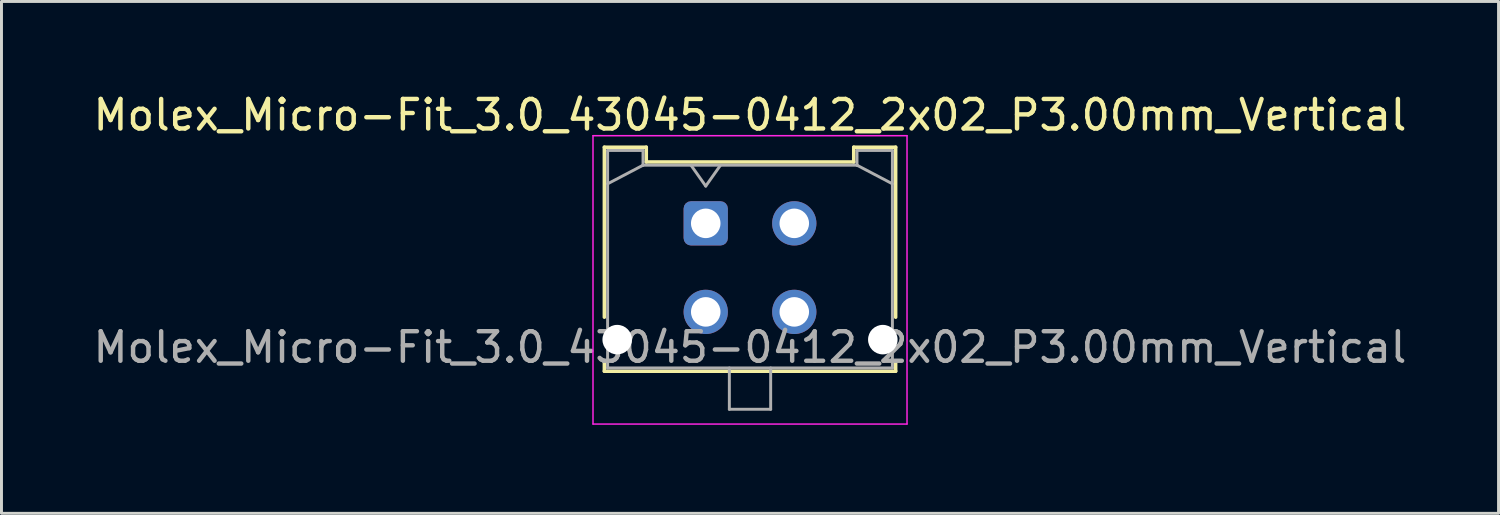
<source format=kicad_pcb>
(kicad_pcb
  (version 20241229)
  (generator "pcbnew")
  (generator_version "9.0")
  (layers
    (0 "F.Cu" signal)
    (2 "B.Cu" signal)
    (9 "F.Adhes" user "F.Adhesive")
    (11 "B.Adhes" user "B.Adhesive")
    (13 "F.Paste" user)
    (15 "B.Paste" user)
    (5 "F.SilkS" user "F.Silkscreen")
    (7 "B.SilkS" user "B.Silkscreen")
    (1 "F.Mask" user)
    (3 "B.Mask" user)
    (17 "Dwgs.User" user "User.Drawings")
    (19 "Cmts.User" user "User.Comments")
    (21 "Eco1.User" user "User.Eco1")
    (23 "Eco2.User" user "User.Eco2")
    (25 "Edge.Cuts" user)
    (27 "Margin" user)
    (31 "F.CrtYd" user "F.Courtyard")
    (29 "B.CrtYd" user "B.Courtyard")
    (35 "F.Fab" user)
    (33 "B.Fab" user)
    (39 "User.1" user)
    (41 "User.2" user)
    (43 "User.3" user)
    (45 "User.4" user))
  (footprint "Molex_Micro-Fit_3.0_43045-0412_2x02_P3.00mm_Vertical"
    (layer "F.Cu")
    (at 20.863 4.518)
    (property "Reference" "Molex_Micro-Fit_3.0_43045-0412_2x02_P3.00mm_Vertical" (at 1.5 -3.67 0) (layer "F.SilkS") (effects (font (size 1 1) (thickness 0.15))))
    (attr through_hole)
    (fp_line (start -3.435 -2.58) (end -2.015 -2.58) (stroke (width 0.12) (type solid)) (layer "F.SilkS"))
    (fp_line (start -3.435 3.18) (end -3.435 -2.58) (stroke (width 0.12) (type solid)) (layer "F.SilkS"))
    (fp_line (start -3.435 4.7) (end -3.435 5.01) (stroke (width 0.12) (type solid)) (layer "F.SilkS"))
    (fp_line (start -3.435 5.01) (end 6.435 5.01) (stroke (width 0.12) (type solid)) (layer "F.SilkS"))
    (fp_line (start -2.015 -2.58) (end -2.015 -2.08) (stroke (width 0.12) (type solid)) (layer "F.SilkS"))
    (fp_line (start -2.015 -2.08) (end 5.015 -2.08) (stroke (width 0.12) (type solid)) (layer "F.SilkS"))
    (fp_line (start 5.015 -2.58) (end 6.435 -2.58) (stroke (width 0.12) (type solid)) (layer "F.SilkS"))
    (fp_line (start 5.015 -2.08) (end 5.015 -2.58) (stroke (width 0.12) (type solid)) (layer "F.SilkS"))
    (fp_line (start 6.435 -2.58) (end 6.435 3.18) (stroke (width 0.12) (type solid)) (layer "F.SilkS"))
    (fp_line (start 6.435 5.01) (end 6.435 4.7) (stroke (width 0.12) (type solid)) (layer "F.SilkS"))
    (fp_line (start -3.82 -2.97) (end 6.82 -2.97) (stroke (width 0.05) (type solid)) (layer "F.CrtYd"))
    (fp_line (start -3.82 6.8) (end -3.82 -2.97) (stroke (width 0.05) (type solid)) (layer "F.CrtYd"))
    (fp_line (start 6.82 -2.97) (end 6.82 6.8) (stroke (width 0.05) (type solid)) (layer "F.CrtYd"))
    (fp_line (start 6.82 6.8) (end -3.82 6.8) (stroke (width 0.05) (type solid)) (layer "F.CrtYd"))
    (fp_line (start -3.325 -2.47) (end -3.325 4.9) (stroke (width 0.1) (type solid)) (layer "F.Fab"))
    (fp_line (start -3.325 -1.34) (end -2.125 -1.97) (stroke (width 0.1) (type solid)) (layer "F.Fab"))
    (fp_line (start -3.325 4.9) (end 6.325 4.9) (stroke (width 0.1) (type solid)) (layer "F.Fab"))
    (fp_line (start -2.125 -2.47) (end -3.325 -2.47) (stroke (width 0.1) (type solid)) (layer "F.Fab"))
    (fp_line (start -2.125 -1.97) (end -2.125 -2.47) (stroke (width 0.1) (type solid)) (layer "F.Fab"))
    (fp_line (start -0.5 -1.97) (end 0 -1.263) (stroke (width 0.1) (type solid)) (layer "F.Fab"))
    (fp_line (start 0 -1.263) (end 0.5 -1.97) (stroke (width 0.1) (type solid)) (layer "F.Fab"))
    (fp_line (start 0.8 4.9) (end 0.8 6.3) (stroke (width 0.1) (type solid)) (layer "F.Fab"))
    (fp_line (start 0.8 6.3) (end 2.2 6.3) (stroke (width 0.1) (type solid)) (layer "F.Fab"))
    (fp_line (start 2.2 6.3) (end 2.2 4.9) (stroke (width 0.1) (type solid)) (layer "F.Fab"))
    (fp_line (start 5.125 -2.47) (end 5.125 -1.97) (stroke (width 0.1) (type solid)) (layer "F.Fab"))
    (fp_line (start 5.125 -1.97) (end -2.125 -1.97) (stroke (width 0.1) (type solid)) (layer "F.Fab"))
    (fp_line (start 6.325 -2.47) (end 5.125 -2.47) (stroke (width 0.1) (type solid)) (layer "F.Fab"))
    (fp_line (start 6.325 -1.34) (end 5.125 -1.97) (stroke (width 0.1) (type solid)) (layer "F.Fab"))
    (fp_line (start 6.325 4.9) (end 6.325 -2.47) (stroke (width 0.1) (type solid)) (layer "F.Fab"))
    (fp_text user "${REFERENCE}" (at 1.5 4.2 0) (layer "F.Fab") (effects (font (size 1 1) (thickness 0.15))))
    (pad "" np_thru_hole circle (at -3 3.94) (size 1 1) (drill 1) (layers "*.Cu" "*.Mask"))
    (pad "" np_thru_hole circle (at 6 3.94) (size 1 1) (drill 1) (layers "*.Cu" "*.Mask"))
    (pad "1" thru_hole roundrect (at 0 0) (size 1.5 1.5) (drill 1) (layers "*.Cu" "*.Mask") (roundrect_rratio 0.167))
    (pad "2" thru_hole circle (at 3 0) (size 1.5 1.5) (drill 1) (layers "*.Cu" "*.Mask"))
    (pad "3" thru_hole circle (at 0 3) (size 1.5 1.5) (drill 1) (layers "*.Cu" "*.Mask"))
    (pad "4" thru_hole circle (at 3 3) (size 1.5 1.5) (drill 1) (layers "*.Cu" "*.Mask")))
  (gr_rect
    (start -3 -3)
    (end 47.726 14.343)
    (stroke (width 0.1) (type default))
    (fill no)
    (layer "Edge.Cuts")))
</source>
